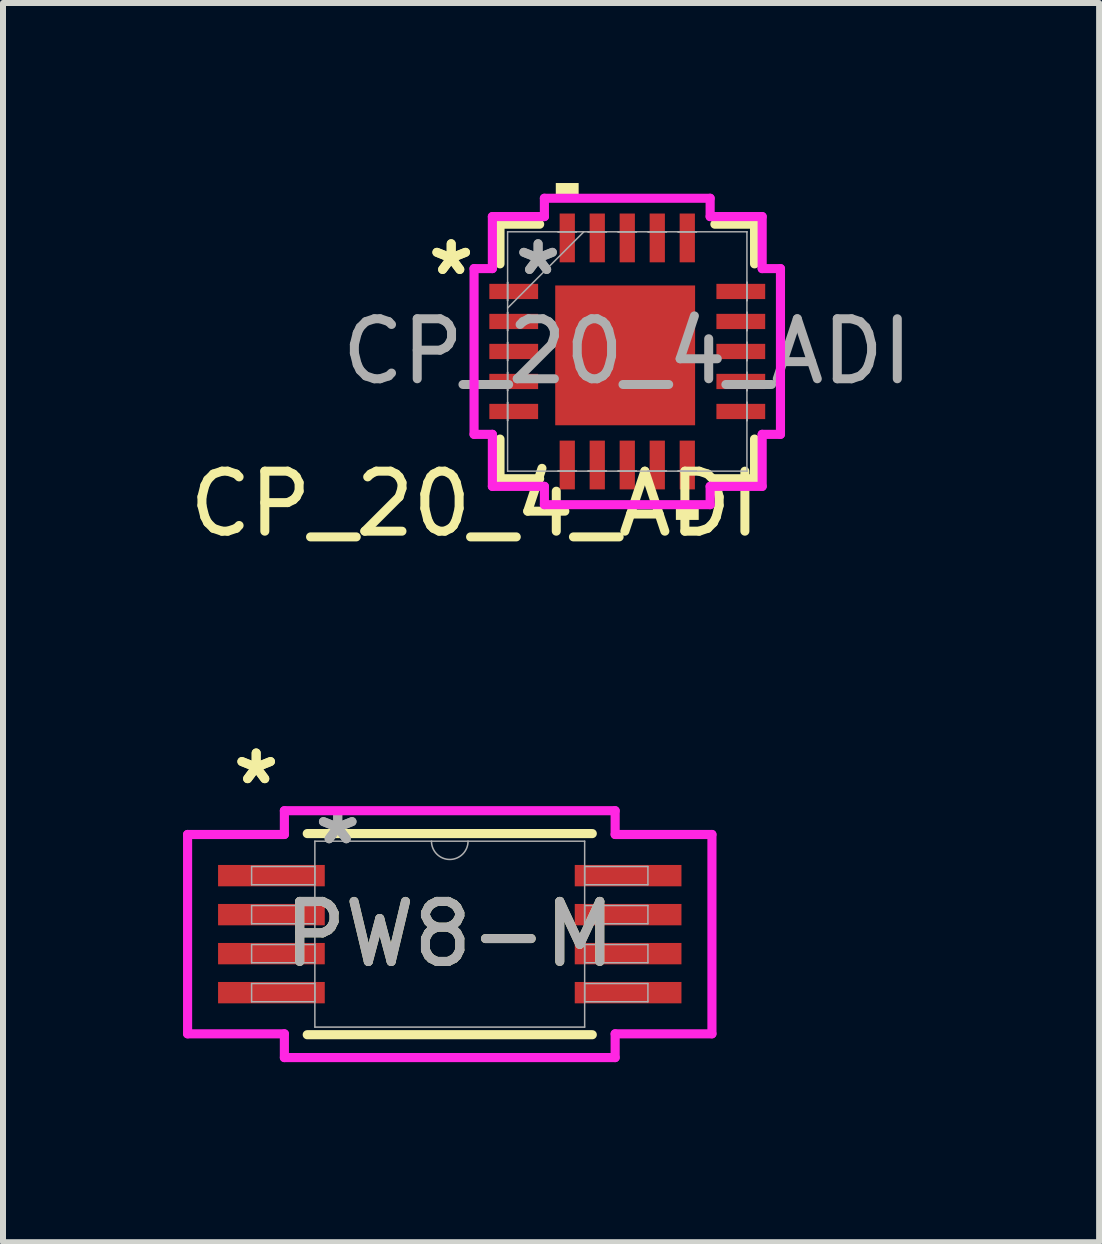
<source format=kicad_pcb>
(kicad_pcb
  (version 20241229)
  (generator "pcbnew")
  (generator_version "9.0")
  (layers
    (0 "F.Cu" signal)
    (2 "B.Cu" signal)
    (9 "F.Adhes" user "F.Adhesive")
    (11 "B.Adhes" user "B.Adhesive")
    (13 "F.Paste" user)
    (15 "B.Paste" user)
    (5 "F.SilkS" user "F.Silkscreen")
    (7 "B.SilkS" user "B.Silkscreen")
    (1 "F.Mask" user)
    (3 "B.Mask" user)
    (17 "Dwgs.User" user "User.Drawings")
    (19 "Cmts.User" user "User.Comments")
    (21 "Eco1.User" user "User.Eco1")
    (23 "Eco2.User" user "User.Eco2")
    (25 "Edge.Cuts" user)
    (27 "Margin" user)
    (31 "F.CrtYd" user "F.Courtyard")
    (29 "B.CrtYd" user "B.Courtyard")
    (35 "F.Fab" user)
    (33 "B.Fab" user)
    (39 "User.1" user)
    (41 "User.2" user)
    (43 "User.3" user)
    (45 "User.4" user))
  (footprint "CP_20_4_ADI"
    (layer "F.Cu")
    (at 7.403 2.807)
    (property "Reference" "CP_20_4_ADI" (at -2.54 2.54 0) (unlocked yes) (layer "F.SilkS") (effects (font (size 1 1) (thickness 0.15))))
    (attr smd)
    (fp_line (start -2.121 -2.121) (end -2.121 -1.46) (stroke (width 0.152) (type solid)) (layer "F.SilkS"))
    (fp_line (start -2.121 1.46) (end -2.121 2.121) (stroke (width 0.152) (type solid)) (layer "F.SilkS"))
    (fp_line (start -2.121 2.121) (end -1.46 2.121) (stroke (width 0.152) (type solid)) (layer "F.SilkS"))
    (fp_line (start -1.46 -2.121) (end -2.121 -2.121) (stroke (width 0.152) (type solid)) (layer "F.SilkS"))
    (fp_line (start 1.46 2.121) (end 2.121 2.121) (stroke (width 0.152) (type solid)) (layer "F.SilkS"))
    (fp_line (start 2.121 -2.121) (end 1.46 -2.121) (stroke (width 0.152) (type solid)) (layer "F.SilkS"))
    (fp_line (start 2.121 -1.46) (end 2.121 -2.121) (stroke (width 0.152) (type solid)) (layer "F.SilkS"))
    (fp_line (start 2.121 2.121) (end 2.121 1.46) (stroke (width 0.152) (type solid)) (layer "F.SilkS"))
    (fp_poly (pts (xy -1.191 -2.553) (xy -1.191 -2.807) (xy -0.81 -2.807) (xy -0.81 -2.553)) (stroke (width 0) (type solid)) (fill yes) (layer "F.SilkS"))
    (fp_poly (pts (xy 0.81 2.553) (xy 0.81 2.807) (xy 1.191 2.807) (xy 1.191 2.553)) (stroke (width 0) (type solid)) (fill yes) (layer "F.SilkS"))
    (fp_line (start -2.553 -1.381) (end -2.248 -1.381) (stroke (width 0.152) (type solid)) (layer "F.CrtYd"))
    (fp_line (start -2.553 1.381) (end -2.553 -1.381) (stroke (width 0.152) (type solid)) (layer "F.CrtYd"))
    (fp_line (start -2.248 -2.248) (end -1.381 -2.248) (stroke (width 0.152) (type solid)) (layer "F.CrtYd"))
    (fp_line (start -2.248 -1.381) (end -2.248 -2.248) (stroke (width 0.152) (type solid)) (layer "F.CrtYd"))
    (fp_line (start -2.248 1.381) (end -2.553 1.381) (stroke (width 0.152) (type solid)) (layer "F.CrtYd"))
    (fp_line (start -2.248 2.248) (end -2.248 1.381) (stroke (width 0.152) (type solid)) (layer "F.CrtYd"))
    (fp_line (start -1.381 -2.553) (end 1.381 -2.553) (stroke (width 0.152) (type solid)) (layer "F.CrtYd"))
    (fp_line (start -1.381 -2.248) (end -1.381 -2.553) (stroke (width 0.152) (type solid)) (layer "F.CrtYd"))
    (fp_line (start -1.381 2.248) (end -2.248 2.248) (stroke (width 0.152) (type solid)) (layer "F.CrtYd"))
    (fp_line (start -1.381 2.553) (end -1.381 2.248) (stroke (width 0.152) (type solid)) (layer "F.CrtYd"))
    (fp_line (start 1.381 -2.553) (end 1.381 -2.248) (stroke (width 0.152) (type solid)) (layer "F.CrtYd"))
    (fp_line (start 1.381 -2.248) (end 2.248 -2.248) (stroke (width 0.152) (type solid)) (layer "F.CrtYd"))
    (fp_line (start 1.381 2.248) (end 1.381 2.553) (stroke (width 0.152) (type solid)) (layer "F.CrtYd"))
    (fp_line (start 1.381 2.553) (end -1.381 2.553) (stroke (width 0.152) (type solid)) (layer "F.CrtYd"))
    (fp_line (start 2.248 -2.248) (end 2.248 -1.381) (stroke (width 0.152) (type solid)) (layer "F.CrtYd"))
    (fp_line (start 2.248 -1.381) (end 2.553 -1.381) (stroke (width 0.152) (type solid)) (layer "F.CrtYd"))
    (fp_line (start 2.248 1.381) (end 2.248 2.248) (stroke (width 0.152) (type solid)) (layer "F.CrtYd"))
    (fp_line (start 2.248 2.248) (end 1.381 2.248) (stroke (width 0.152) (type solid)) (layer "F.CrtYd"))
    (fp_line (start 2.553 -1.381) (end 2.553 1.381) (stroke (width 0.152) (type solid)) (layer "F.CrtYd"))
    (fp_line (start 2.553 1.381) (end 2.248 1.381) (stroke (width 0.152) (type solid)) (layer "F.CrtYd"))
    (fp_line (start -1.994 -1.994) (end -1.994 -1.994) (stroke (width 0.025) (type solid)) (layer "F.Fab"))
    (fp_line (start -1.994 -1.994) (end -1.994 1.994) (stroke (width 0.025) (type solid)) (layer "F.Fab"))
    (fp_line (start -1.994 -1.152) (end -1.994 -1.152) (stroke (width 0.025) (type solid)) (layer "F.Fab"))
    (fp_line (start -1.994 -1.152) (end -1.994 -0.848) (stroke (width 0.025) (type solid)) (layer "F.Fab"))
    (fp_line (start -1.994 -0.848) (end -1.994 -1.152) (stroke (width 0.025) (type solid)) (layer "F.Fab"))
    (fp_line (start -1.994 -0.848) (end -1.994 -0.848) (stroke (width 0.025) (type solid)) (layer "F.Fab"))
    (fp_line (start -1.994 -0.724) (end -0.724 -1.994) (stroke (width 0.025) (type solid)) (layer "F.Fab"))
    (fp_line (start -1.994 -0.652) (end -1.994 -0.652) (stroke (width 0.025) (type solid)) (layer "F.Fab"))
    (fp_line (start -1.994 -0.652) (end -1.994 -0.348) (stroke (width 0.025) (type solid)) (layer "F.Fab"))
    (fp_line (start -1.994 -0.348) (end -1.994 -0.652) (stroke (width 0.025) (type solid)) (layer "F.Fab"))
    (fp_line (start -1.994 -0.348) (end -1.994 -0.348) (stroke (width 0.025) (type solid)) (layer "F.Fab"))
    (fp_line (start -1.994 -0.152) (end -1.994 -0.152) (stroke (width 0.025) (type solid)) (layer "F.Fab"))
    (fp_line (start -1.994 -0.152) (end -1.994 0.152) (stroke (width 0.025) (type solid)) (layer "F.Fab"))
    (fp_line (start -1.994 0.152) (end -1.994 -0.152) (stroke (width 0.025) (type solid)) (layer "F.Fab"))
    (fp_line (start -1.994 0.152) (end -1.994 0.152) (stroke (width 0.025) (type solid)) (layer "F.Fab"))
    (fp_line (start -1.994 0.348) (end -1.994 0.348) (stroke (width 0.025) (type solid)) (layer "F.Fab"))
    (fp_line (start -1.994 0.348) (end -1.994 0.652) (stroke (width 0.025) (type solid)) (layer "F.Fab"))
    (fp_line (start -1.994 0.652) (end -1.994 0.348) (stroke (width 0.025) (type solid)) (layer "F.Fab"))
    (fp_line (start -1.994 0.652) (end -1.994 0.652) (stroke (width 0.025) (type solid)) (layer "F.Fab"))
    (fp_line (start -1.994 0.848) (end -1.994 0.848) (stroke (width 0.025) (type solid)) (layer "F.Fab"))
    (fp_line (start -1.994 0.848) (end -1.994 1.152) (stroke (width 0.025) (type solid)) (layer "F.Fab"))
    (fp_line (start -1.994 1.152) (end -1.994 0.848) (stroke (width 0.025) (type solid)) (layer "F.Fab"))
    (fp_line (start -1.994 1.152) (end -1.994 1.152) (stroke (width 0.025) (type solid)) (layer "F.Fab"))
    (fp_line (start -1.994 1.994) (end -1.994 1.994) (stroke (width 0.025) (type solid)) (layer "F.Fab"))
    (fp_line (start -1.994 1.994) (end 1.994 1.994) (stroke (width 0.025) (type solid)) (layer "F.Fab"))
    (fp_line (start -1.152 -1.994) (end -1.152 -1.994) (stroke (width 0.025) (type solid)) (layer "F.Fab"))
    (fp_line (start -1.152 -1.994) (end -0.848 -1.994) (stroke (width 0.025) (type solid)) (layer "F.Fab"))
    (fp_line (start -1.152 1.994) (end -1.152 1.994) (stroke (width 0.025) (type solid)) (layer "F.Fab"))
    (fp_line (start -1.152 1.994) (end -0.848 1.994) (stroke (width 0.025) (type solid)) (layer "F.Fab"))
    (fp_line (start -0.848 -1.994) (end -1.152 -1.994) (stroke (width 0.025) (type solid)) (layer "F.Fab"))
    (fp_line (start -0.848 -1.994) (end -0.848 -1.994) (stroke (width 0.025) (type solid)) (layer "F.Fab"))
    (fp_line (start -0.848 1.994) (end -1.152 1.994) (stroke (width 0.025) (type solid)) (layer "F.Fab"))
    (fp_line (start -0.848 1.994) (end -0.848 1.994) (stroke (width 0.025) (type solid)) (layer "F.Fab"))
    (fp_line (start -0.652 -1.994) (end -0.652 -1.994) (stroke (width 0.025) (type solid)) (layer "F.Fab"))
    (fp_line (start -0.652 -1.994) (end -0.348 -1.994) (stroke (width 0.025) (type solid)) (layer "F.Fab"))
    (fp_line (start -0.652 1.994) (end -0.652 1.994) (stroke (width 0.025) (type solid)) (layer "F.Fab"))
    (fp_line (start -0.652 1.994) (end -0.348 1.994) (stroke (width 0.025) (type solid)) (layer "F.Fab"))
    (fp_line (start -0.348 -1.994) (end -0.652 -1.994) (stroke (width 0.025) (type solid)) (layer "F.Fab"))
    (fp_line (start -0.348 -1.994) (end -0.348 -1.994) (stroke (width 0.025) (type solid)) (layer "F.Fab"))
    (fp_line (start -0.348 1.994) (end -0.652 1.994) (stroke (width 0.025) (type solid)) (layer "F.Fab"))
    (fp_line (start -0.348 1.994) (end -0.348 1.994) (stroke (width 0.025) (type solid)) (layer "F.Fab"))
    (fp_line (start -0.152 -1.994) (end -0.152 -1.994) (stroke (width 0.025) (type solid)) (layer "F.Fab"))
    (fp_line (start -0.152 -1.994) (end 0.152 -1.994) (stroke (width 0.025) (type solid)) (layer "F.Fab"))
    (fp_line (start -0.152 1.994) (end -0.152 1.994) (stroke (width 0.025) (type solid)) (layer "F.Fab"))
    (fp_line (start -0.152 1.994) (end 0.152 1.994) (stroke (width 0.025) (type solid)) (layer "F.Fab"))
    (fp_line (start 0.152 -1.994) (end -0.152 -1.994) (stroke (width 0.025) (type solid)) (layer "F.Fab"))
    (fp_line (start 0.152 -1.994) (end 0.152 -1.994) (stroke (width 0.025) (type solid)) (layer "F.Fab"))
    (fp_line (start 0.152 1.994) (end -0.152 1.994) (stroke (width 0.025) (type solid)) (layer "F.Fab"))
    (fp_line (start 0.152 1.994) (end 0.152 1.994) (stroke (width 0.025) (type solid)) (layer "F.Fab"))
    (fp_line (start 0.348 -1.994) (end 0.348 -1.994) (stroke (width 0.025) (type solid)) (layer "F.Fab"))
    (fp_line (start 0.348 -1.994) (end 0.652 -1.994) (stroke (width 0.025) (type solid)) (layer "F.Fab"))
    (fp_line (start 0.348 1.994) (end 0.348 1.994) (stroke (width 0.025) (type solid)) (layer "F.Fab"))
    (fp_line (start 0.348 1.994) (end 0.652 1.994) (stroke (width 0.025) (type solid)) (layer "F.Fab"))
    (fp_line (start 0.652 -1.994) (end 0.348 -1.994) (stroke (width 0.025) (type solid)) (layer "F.Fab"))
    (fp_line (start 0.652 -1.994) (end 0.652 -1.994) (stroke (width 0.025) (type solid)) (layer "F.Fab"))
    (fp_line (start 0.652 1.994) (end 0.348 1.994) (stroke (width 0.025) (type solid)) (layer "F.Fab"))
    (fp_line (start 0.652 1.994) (end 0.652 1.994) (stroke (width 0.025) (type solid)) (layer "F.Fab"))
    (fp_line (start 0.848 -1.994) (end 0.848 -1.994) (stroke (width 0.025) (type solid)) (layer "F.Fab"))
    (fp_line (start 0.848 -1.994) (end 1.152 -1.994) (stroke (width 0.025) (type solid)) (layer "F.Fab"))
    (fp_line (start 0.848 1.994) (end 0.848 1.994) (stroke (width 0.025) (type solid)) (layer "F.Fab"))
    (fp_line (start 0.848 1.994) (end 1.152 1.994) (stroke (width 0.025) (type solid)) (layer "F.Fab"))
    (fp_line (start 1.152 -1.994) (end 0.848 -1.994) (stroke (width 0.025) (type solid)) (layer "F.Fab"))
    (fp_line (start 1.152 -1.994) (end 1.152 -1.994) (stroke (width 0.025) (type solid)) (layer "F.Fab"))
    (fp_line (start 1.152 1.994) (end 0.848 1.994) (stroke (width 0.025) (type solid)) (layer "F.Fab"))
    (fp_line (start 1.152 1.994) (end 1.152 1.994) (stroke (width 0.025) (type solid)) (layer "F.Fab"))
    (fp_line (start 1.994 -1.994) (end -1.994 -1.994) (stroke (width 0.025) (type solid)) (layer "F.Fab"))
    (fp_line (start 1.994 -1.994) (end 1.994 -1.994) (stroke (width 0.025) (type solid)) (layer "F.Fab"))
    (fp_line (start 1.994 -1.152) (end 1.994 -1.152) (stroke (width 0.025) (type solid)) (layer "F.Fab"))
    (fp_line (start 1.994 -1.152) (end 1.994 -0.848) (stroke (width 0.025) (type solid)) (layer "F.Fab"))
    (fp_line (start 1.994 -0.848) (end 1.994 -1.152) (stroke (width 0.025) (type solid)) (layer "F.Fab"))
    (fp_line (start 1.994 -0.848) (end 1.994 -0.848) (stroke (width 0.025) (type solid)) (layer "F.Fab"))
    (fp_line (start 1.994 -0.652) (end 1.994 -0.652) (stroke (width 0.025) (type solid)) (layer "F.Fab"))
    (fp_line (start 1.994 -0.652) (end 1.994 -0.348) (stroke (width 0.025) (type solid)) (layer "F.Fab"))
    (fp_line (start 1.994 -0.348) (end 1.994 -0.652) (stroke (width 0.025) (type solid)) (layer "F.Fab"))
    (fp_line (start 1.994 -0.348) (end 1.994 -0.348) (stroke (width 0.025) (type solid)) (layer "F.Fab"))
    (fp_line (start 1.994 -0.152) (end 1.994 -0.152) (stroke (width 0.025) (type solid)) (layer "F.Fab"))
    (fp_line (start 1.994 -0.152) (end 1.994 0.152) (stroke (width 0.025) (type solid)) (layer "F.Fab"))
    (fp_line (start 1.994 0.152) (end 1.994 -0.152) (stroke (width 0.025) (type solid)) (layer "F.Fab"))
    (fp_line (start 1.994 0.152) (end 1.994 0.152) (stroke (width 0.025) (type solid)) (layer "F.Fab"))
    (fp_line (start 1.994 0.348) (end 1.994 0.348) (stroke (width 0.025) (type solid)) (layer "F.Fab"))
    (fp_line (start 1.994 0.348) (end 1.994 0.652) (stroke (width 0.025) (type solid)) (layer "F.Fab"))
    (fp_line (start 1.994 0.652) (end 1.994 0.348) (stroke (width 0.025) (type solid)) (layer "F.Fab"))
    (fp_line (start 1.994 0.652) (end 1.994 0.652) (stroke (width 0.025) (type solid)) (layer "F.Fab"))
    (fp_line (start 1.994 0.848) (end 1.994 0.848) (stroke (width 0.025) (type solid)) (layer "F.Fab"))
    (fp_line (start 1.994 0.848) (end 1.994 1.152) (stroke (width 0.025) (type solid)) (layer "F.Fab"))
    (fp_line (start 1.994 1.152) (end 1.994 0.848) (stroke (width 0.025) (type solid)) (layer "F.Fab"))
    (fp_line (start 1.994 1.152) (end 1.994 1.152) (stroke (width 0.025) (type solid)) (layer "F.Fab"))
    (fp_line (start 1.994 1.994) (end 1.994 -1.994) (stroke (width 0.025) (type solid)) (layer "F.Fab"))
    (fp_line (start 1.994 1.994) (end 1.994 1.994) (stroke (width 0.025) (type solid)) (layer "F.Fab"))
    (fp_text user "*" (at -2.934 -1.25 0) (unlocked yes) (layer "F.SilkS") (effects (font (size 1 1) (thickness 0.15))))
    (fp_text user "*" (at -2.934 -1.25 0) (layer "F.SilkS") (effects (font (size 1 1) (thickness 0.15))))
    (fp_text user "${REFERENCE}" (at 0 0 0) (unlocked yes) (layer "F.Fab") (effects (font (size 1 1) (thickness 0.15))))
    (fp_text user "*" (at -1.486 -1.25 0) (layer "F.Fab") (effects (font (size 1 1) (thickness 0.15))))
    (fp_text user "*" (at -1.486 -1.25 0) (unlocked yes) (layer "F.Fab") (effects (font (size 1 1) (thickness 0.15))))
    (pad "1" smd rect (at -1.892 -1 90) (size 0.254 0.813) (layers "F.Cu" "F.Mask" "F.Paste"))
    (pad "2" smd rect (at -1.892 -0.5 90) (size 0.254 0.813) (layers "F.Cu" "F.Mask" "F.Paste"))
    (pad "3" smd rect (at -1.892 0 90) (size 0.254 0.813) (layers "F.Cu" "F.Mask" "F.Paste"))
    (pad "4" smd rect (at -1.892 0.5 90) (size 0.254 0.813) (layers "F.Cu" "F.Mask" "F.Paste"))
    (pad "5" smd rect (at -1.892 1 90) (size 0.254 0.813) (layers "F.Cu" "F.Mask" "F.Paste"))
    (pad "6" smd rect (at -1 1.892) (size 0.254 0.813) (layers "F.Cu" "F.Mask" "F.Paste"))
    (pad "7" smd rect (at -0.5 1.892) (size 0.254 0.813) (layers "F.Cu" "F.Mask" "F.Paste"))
    (pad "8" smd rect (at 0 1.892) (size 0.254 0.813) (layers "F.Cu" "F.Mask" "F.Paste"))
    (pad "9" smd rect (at 0.5 1.892) (size 0.254 0.813) (layers "F.Cu" "F.Mask" "F.Paste"))
    (pad "10" smd rect (at 1 1.892) (size 0.254 0.813) (layers "F.Cu" "F.Mask" "F.Paste"))
    (pad "11" smd rect (at 1.892 1 90) (size 0.254 0.813) (layers "F.Cu" "F.Mask" "F.Paste"))
    (pad "12" smd rect (at 1.892 0.5 90) (size 0.254 0.813) (layers "F.Cu" "F.Mask" "F.Paste"))
    (pad "13" smd rect (at 1.892 0 90) (size 0.254 0.813) (layers "F.Cu" "F.Mask" "F.Paste"))
    (pad "14" smd rect (at 1.892 -0.5 90) (size 0.254 0.813) (layers "F.Cu" "F.Mask" "F.Paste"))
    (pad "15" smd rect (at 1.892 -1 90) (size 0.254 0.813) (layers "F.Cu" "F.Mask" "F.Paste"))
    (pad "16" smd rect (at 1 -1.892) (size 0.254 0.813) (layers "F.Cu" "F.Mask" "F.Paste"))
    (pad "17" smd rect (at 0.5 -1.892) (size 0.254 0.813) (layers "F.Cu" "F.Mask" "F.Paste"))
    (pad "18" smd rect (at 0 -1.892) (size 0.254 0.813) (layers "F.Cu" "F.Mask" "F.Paste"))
    (pad "19" smd rect (at -0.5 -1.892) (size 0.254 0.813) (layers "F.Cu" "F.Mask" "F.Paste"))
    (pad "20" smd rect (at -1 -1.892) (size 0.254 0.813) (layers "F.Cu" "F.Mask" "F.Paste"))
    (pad "21" smd rect (at -0.035 0.065) (size 2.331 2.33) (layers "F.Cu" "F.Mask")))
  (footprint "PW8-M"
    (layer "F.Cu")
    (at 4.445 12.517)
    (property "Reference" "PW8-M" (at 0 0 0) (unlocked yes) (layer "F.SilkS") (effects (font (size 1 1) (thickness 0.15))))
    (attr smd)
    (fp_line (start -2.375 1.676) (end 2.375 1.676) (stroke (width 0.152) (type solid)) (layer "F.SilkS"))
    (fp_line (start 2.375 -1.676) (end -2.375 -1.676) (stroke (width 0.152) (type solid)) (layer "F.SilkS"))
    (fp_line (start -4.369 -1.661) (end -2.756 -1.661) (stroke (width 0.152) (type solid)) (layer "F.CrtYd"))
    (fp_line (start -4.369 1.661) (end -4.369 -1.661) (stroke (width 0.152) (type solid)) (layer "F.CrtYd"))
    (fp_line (start -4.369 1.661) (end -2.756 1.661) (stroke (width 0.152) (type solid)) (layer "F.CrtYd"))
    (fp_line (start -2.756 -2.057) (end 2.756 -2.057) (stroke (width 0.152) (type solid)) (layer "F.CrtYd"))
    (fp_line (start -2.756 -1.661) (end -2.756 -2.057) (stroke (width 0.152) (type solid)) (layer "F.CrtYd"))
    (fp_line (start -2.756 2.057) (end -2.756 1.661) (stroke (width 0.152) (type solid)) (layer "F.CrtYd"))
    (fp_line (start 2.756 -2.057) (end 2.756 -1.661) (stroke (width 0.152) (type solid)) (layer "F.CrtYd"))
    (fp_line (start 2.756 1.661) (end 2.756 2.057) (stroke (width 0.152) (type solid)) (layer "F.CrtYd"))
    (fp_line (start 2.756 2.057) (end -2.756 2.057) (stroke (width 0.152) (type solid)) (layer "F.CrtYd"))
    (fp_line (start 4.369 -1.661) (end 2.756 -1.661) (stroke (width 0.152) (type solid)) (layer "F.CrtYd"))
    (fp_line (start 4.369 -1.661) (end 4.369 1.661) (stroke (width 0.152) (type solid)) (layer "F.CrtYd"))
    (fp_line (start 4.369 1.661) (end 2.756 1.661) (stroke (width 0.152) (type solid)) (layer "F.CrtYd"))
    (fp_line (start -3.302 -1.127) (end -3.302 -0.823) (stroke (width 0.025) (type solid)) (layer "F.Fab"))
    (fp_line (start -3.302 -0.823) (end -2.248 -0.823) (stroke (width 0.025) (type solid)) (layer "F.Fab"))
    (fp_line (start -3.302 -0.477) (end -3.302 -0.173) (stroke (width 0.025) (type solid)) (layer "F.Fab"))
    (fp_line (start -3.302 -0.173) (end -2.248 -0.173) (stroke (width 0.025) (type solid)) (layer "F.Fab"))
    (fp_line (start -3.302 0.173) (end -3.302 0.477) (stroke (width 0.025) (type solid)) (layer "F.Fab"))
    (fp_line (start -3.302 0.477) (end -2.248 0.477) (stroke (width 0.025) (type solid)) (layer "F.Fab"))
    (fp_line (start -3.302 0.823) (end -3.302 1.127) (stroke (width 0.025) (type solid)) (layer "F.Fab"))
    (fp_line (start -3.302 1.127) (end -2.248 1.127) (stroke (width 0.025) (type solid)) (layer "F.Fab"))
    (fp_line (start -2.248 -1.549) (end -2.248 1.549) (stroke (width 0.025) (type solid)) (layer "F.Fab"))
    (fp_line (start -2.248 -1.127) (end -3.302 -1.127) (stroke (width 0.025) (type solid)) (layer "F.Fab"))
    (fp_line (start -2.248 -0.823) (end -2.248 -1.127) (stroke (width 0.025) (type solid)) (layer "F.Fab"))
    (fp_line (start -2.248 -0.477) (end -3.302 -0.477) (stroke (width 0.025) (type solid)) (layer "F.Fab"))
    (fp_line (start -2.248 -0.173) (end -2.248 -0.477) (stroke (width 0.025) (type solid)) (layer "F.Fab"))
    (fp_line (start -2.248 0.173) (end -3.302 0.173) (stroke (width 0.025) (type solid)) (layer "F.Fab"))
    (fp_line (start -2.248 0.477) (end -2.248 0.173) (stroke (width 0.025) (type solid)) (layer "F.Fab"))
    (fp_line (start -2.248 0.823) (end -3.302 0.823) (stroke (width 0.025) (type solid)) (layer "F.Fab"))
    (fp_line (start -2.248 1.127) (end -2.248 0.823) (stroke (width 0.025) (type solid)) (layer "F.Fab"))
    (fp_line (start -2.248 1.549) (end 2.248 1.549) (stroke (width 0.025) (type solid)) (layer "F.Fab"))
    (fp_line (start 2.248 -1.549) (end -2.248 -1.549) (stroke (width 0.025) (type solid)) (layer "F.Fab"))
    (fp_line (start 2.248 -1.127) (end 2.248 -0.823) (stroke (width 0.025) (type solid)) (layer "F.Fab"))
    (fp_line (start 2.248 -0.823) (end 3.302 -0.823) (stroke (width 0.025) (type solid)) (layer "F.Fab"))
    (fp_line (start 2.248 -0.477) (end 2.248 -0.173) (stroke (width 0.025) (type solid)) (layer "F.Fab"))
    (fp_line (start 2.248 -0.173) (end 3.302 -0.173) (stroke (width 0.025) (type solid)) (layer "F.Fab"))
    (fp_line (start 2.248 0.173) (end 2.248 0.477) (stroke (width 0.025) (type solid)) (layer "F.Fab"))
    (fp_line (start 2.248 0.477) (end 3.302 0.477) (stroke (width 0.025) (type solid)) (layer "F.Fab"))
    (fp_line (start 2.248 0.823) (end 2.248 1.127) (stroke (width 0.025) (type solid)) (layer "F.Fab"))
    (fp_line (start 2.248 1.127) (end 3.302 1.127) (stroke (width 0.025) (type solid)) (layer "F.Fab"))
    (fp_line (start 2.248 1.549) (end 2.248 -1.549) (stroke (width 0.025) (type solid)) (layer "F.Fab"))
    (fp_line (start 3.302 -1.127) (end 2.248 -1.127) (stroke (width 0.025) (type solid)) (layer "F.Fab"))
    (fp_line (start 3.302 -0.823) (end 3.302 -1.127) (stroke (width 0.025) (type solid)) (layer "F.Fab"))
    (fp_line (start 3.302 -0.477) (end 2.248 -0.477) (stroke (width 0.025) (type solid)) (layer "F.Fab"))
    (fp_line (start 3.302 -0.173) (end 3.302 -0.477) (stroke (width 0.025) (type solid)) (layer "F.Fab"))
    (fp_line (start 3.302 0.173) (end 2.248 0.173) (stroke (width 0.025) (type solid)) (layer "F.Fab"))
    (fp_line (start 3.302 0.477) (end 3.302 0.173) (stroke (width 0.025) (type solid)) (layer "F.Fab"))
    (fp_line (start 3.302 0.823) (end 2.248 0.823) (stroke (width 0.025) (type solid)) (layer "F.Fab"))
    (fp_line (start 3.302 1.127) (end 3.302 0.823) (stroke (width 0.025) (type solid)) (layer "F.Fab"))
    (fp_arc (start 0.3048 -1.5494) (mid 0 -1.2446) (end -0.3048 -1.5494) (stroke (width 0.0254) (type solid)) (layer "F.Fab"))
    (fp_text user "*" (at -3.226 -2.474 0) (layer "F.SilkS") (effects (font (size 1 1) (thickness 0.15))))
    (fp_text user "*" (at -3.226 -2.474 0) (unlocked yes) (layer "F.SilkS") (effects (font (size 1 1) (thickness 0.15))))
    (fp_text user "${REFERENCE}" (at 0 0 0) (unlocked yes) (layer "F.Fab") (effects (font (size 1 1) (thickness 0.15))))
    (fp_text user "*" (at -1.867 -1.473 0) (layer "F.Fab") (effects (font (size 1 1) (thickness 0.15))))
    (fp_text user "*" (at -1.867 -1.473 0) (unlocked yes) (layer "F.Fab") (effects (font (size 1 1) (thickness 0.15))))
    (pad "1" smd rect (at -2.972 -0.975) (size 1.778 0.356) (layers "F.Cu" "F.Mask" "F.Paste"))
    (pad "2" smd rect (at -2.972 -0.325) (size 1.778 0.356) (layers "F.Cu" "F.Mask" "F.Paste"))
    (pad "3" smd rect (at -2.972 0.325) (size 1.778 0.356) (layers "F.Cu" "F.Mask" "F.Paste"))
    (pad "4" smd rect (at -2.972 0.975) (size 1.778 0.356) (layers "F.Cu" "F.Mask" "F.Paste"))
    (pad "5" smd rect (at 2.972 0.975) (size 1.778 0.356) (layers "F.Cu" "F.Mask" "F.Paste"))
    (pad "6" smd rect (at 2.972 0.325) (size 1.778 0.356) (layers "F.Cu" "F.Mask" "F.Paste"))
    (pad "7" smd rect (at 2.972 -0.325) (size 1.778 0.356) (layers "F.Cu" "F.Mask" "F.Paste"))
    (pad "8" smd rect (at 2.972 -0.975) (size 1.778 0.356) (layers "F.Cu" "F.Mask" "F.Paste")))
  (gr_rect
    (start -3 -3)
    (end 15.266 17.65)
    (stroke (width 0.1) (type default))
    (fill no)
    (layer "Edge.Cuts")))
</source>
